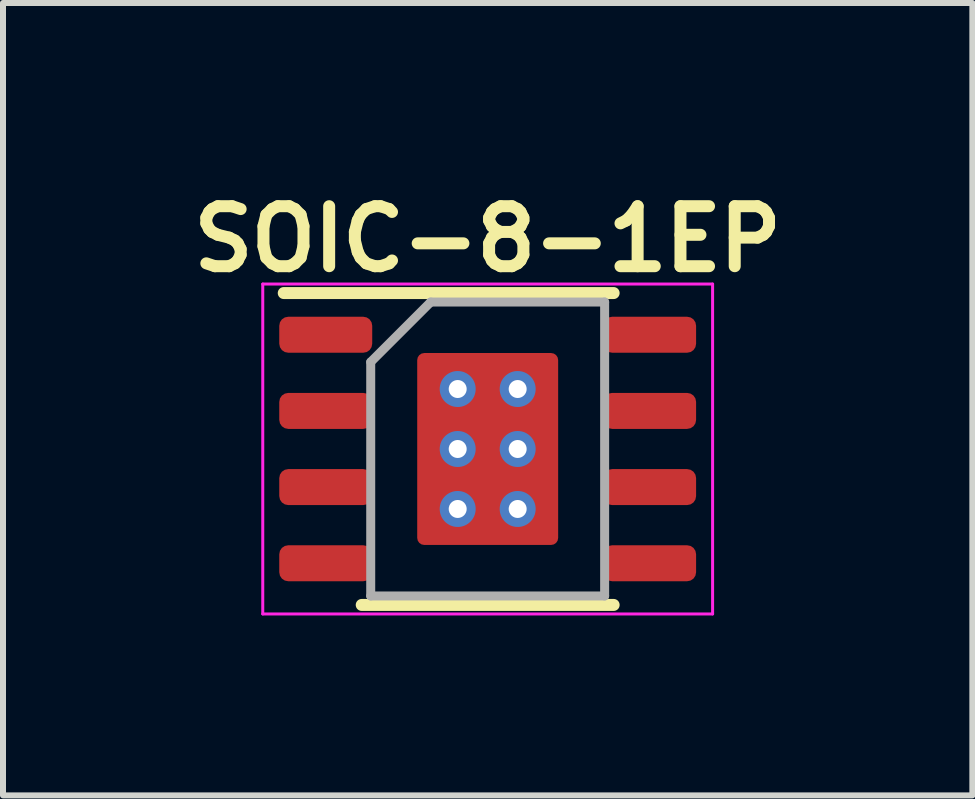
<source format=kicad_pcb>
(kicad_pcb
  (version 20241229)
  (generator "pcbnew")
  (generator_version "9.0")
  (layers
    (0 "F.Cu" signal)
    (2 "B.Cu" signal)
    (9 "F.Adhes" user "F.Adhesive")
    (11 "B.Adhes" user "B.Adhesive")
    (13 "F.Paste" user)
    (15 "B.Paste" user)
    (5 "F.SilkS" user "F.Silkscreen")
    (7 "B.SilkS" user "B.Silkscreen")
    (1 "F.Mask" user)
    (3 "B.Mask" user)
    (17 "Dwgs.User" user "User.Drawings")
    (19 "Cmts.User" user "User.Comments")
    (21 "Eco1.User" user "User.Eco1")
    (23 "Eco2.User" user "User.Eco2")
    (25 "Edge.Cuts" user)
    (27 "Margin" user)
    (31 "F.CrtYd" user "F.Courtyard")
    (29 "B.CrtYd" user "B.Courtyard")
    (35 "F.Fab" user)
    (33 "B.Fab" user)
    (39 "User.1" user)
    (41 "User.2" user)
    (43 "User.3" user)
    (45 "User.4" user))
  (footprint "SOIC-8-1EP"
    (layer "F.Cu")
    (at 5.081 4.436)
    (property "Reference" "SOIC-8-1EP" (at 0 -3.5 0) (layer "F.SilkS") (effects (font (size 1 1) (thickness 0.2))))
    (attr smd)
    (fp_line (start -3.4 -2.6) (end 2.1 -2.6) (stroke (width 0.2) (type solid)) (layer "F.SilkS"))
    (fp_line (start 2.1 2.6) (end -2.1 2.6) (stroke (width 0.2) (type solid)) (layer "F.SilkS"))
    (fp_line (start -3.75 -2.75) (end -3.75 2.75) (stroke (width 0.05) (type solid)) (layer "F.CrtYd"))
    (fp_line (start -3.75 -2.75) (end 3.75 -2.75) (stroke (width 0.05) (type solid)) (layer "F.CrtYd"))
    (fp_line (start -3.75 2.75) (end 3.75 2.75) (stroke (width 0.05) (type solid)) (layer "F.CrtYd"))
    (fp_line (start 3.75 -2.75) (end 3.75 2.75) (stroke (width 0.05) (type solid)) (layer "F.CrtYd"))
    (fp_line (start -1.95 -1.45) (end -0.95 -2.45) (stroke (width 0.15) (type solid)) (layer "F.Fab"))
    (fp_line (start -1.95 2.45) (end -1.95 -1.45) (stroke (width 0.15) (type solid)) (layer "F.Fab"))
    (fp_line (start -0.95 -2.45) (end 1.95 -2.45) (stroke (width 0.15) (type solid)) (layer "F.Fab"))
    (fp_line (start 1.95 -2.45) (end 1.95 2.45) (stroke (width 0.15) (type solid)) (layer "F.Fab"))
    (fp_line (start 1.95 2.45) (end -1.95 2.45) (stroke (width 0.15) (type solid)) (layer "F.Fab"))
    (pad "1" smd roundrect (at -2.7 -1.905) (size 1.55 0.6) (layers "F.Cu" "F.Mask" "F.Paste") (roundrect_rratio 0.25))
    (pad "2" smd roundrect (at -2.7 -0.635) (size 1.55 0.6) (layers "F.Cu" "F.Mask" "F.Paste") (roundrect_rratio 0.25))
    (pad "3" smd roundrect (at -2.7 0.635) (size 1.55 0.6) (layers "F.Cu" "F.Mask" "F.Paste") (roundrect_rratio 0.25))
    (pad "4" smd roundrect (at -2.7 1.905) (size 1.55 0.6) (layers "F.Cu" "F.Mask" "F.Paste") (roundrect_rratio 0.25))
    (pad "5" smd roundrect (at 2.7 1.905) (size 1.55 0.6) (layers "F.Cu" "F.Mask" "F.Paste") (roundrect_rratio 0.25))
    (pad "6" smd roundrect (at 2.7 0.635) (size 1.55 0.6) (layers "F.Cu" "F.Mask" "F.Paste") (roundrect_rratio 0.25))
    (pad "7" smd roundrect (at 2.7 -0.635) (size 1.55 0.6) (layers "F.Cu" "F.Mask" "F.Paste") (roundrect_rratio 0.25))
    (pad "8" smd roundrect (at 2.7 -1.905) (size 1.55 0.6) (layers "F.Cu" "F.Mask" "F.Paste") (roundrect_rratio 0.25))
    (pad "9" thru_hole circle (at -0.5 -1) (size 0.6 0.6) (drill 0.3) (layers "*.Cu" "*.Mask"))
    (pad "9" thru_hole circle (at -0.5 0) (size 0.6 0.6) (drill 0.3) (layers "*.Cu" "*.Mask"))
    (pad "9" thru_hole circle (at -0.5 1) (size 0.6 0.6) (drill 0.3) (layers "*.Cu" "*.Mask"))
    (pad "9" smd roundrect (at 0 0) (size 2.35 3.2) (layers "F.Cu" "F.Mask" "F.Paste") (roundrect_rratio 0.05))
    (pad "9" thru_hole circle (at 0.5 -1) (size 0.6 0.6) (drill 0.3) (layers "*.Cu" "*.Mask"))
    (pad "9" thru_hole circle (at 0.5 0) (size 0.6 0.6) (drill 0.3) (layers "*.Cu" "*.Mask"))
    (pad "9" thru_hole circle (at 0.5 1) (size 0.6 0.6) (drill 0.3) (layers "*.Cu" "*.Mask")))
  (gr_rect
    (start -3 -3)
    (end 13.162 10.211)
    (stroke (width 0.1) (type default))
    (fill no)
    (layer "Edge.Cuts")))
</source>
